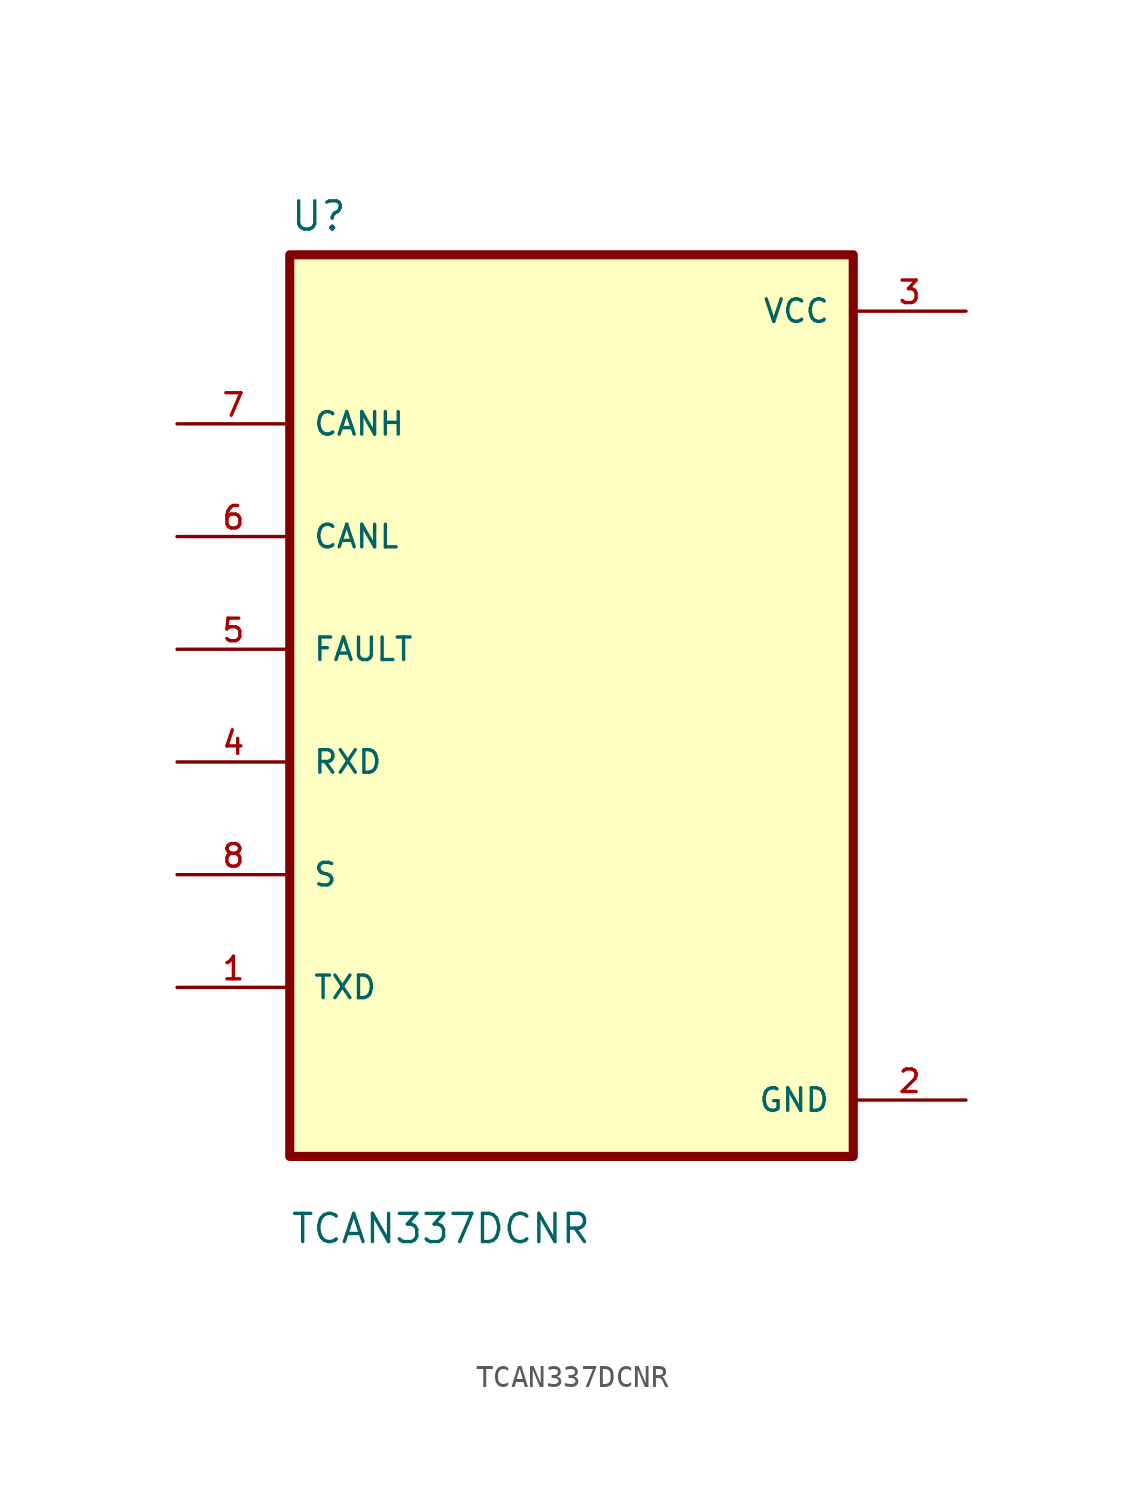
<source format=kicad_sym>
(kicad_symbol_lib
  (version 20211014)
  (generator kicad_symbol_editor)
  (symbol "TCAN337DCNR"
    (pin_names
      (offset 1.016))
    (property "Reference" "U"
      (at -12.7 21.32 0.0)
      (effects (font (size 1.27 1.27)) (justify bottom left)))
    (property "Value" "TCAN337DCNR"
      (at -12.7 -24.32 0.0)
      (effects (font (size 1.27 1.27)) (justify bottom left)))
    (symbol "TCAN337DCNR_0_0"
      (rectangle (start -12.7 -20.32) (end 12.7 20.32) (stroke (width 0.41)) (fill (type background)))
      (pin bidirectional line (at -17.78 12.7 0) (length 5.08) (name "CANH" (effects (font (size 1.016 1.016)))) (number "7" (effects (font (size 1.016 1.016)))))
      (pin bidirectional line (at -17.78 7.62 0) (length 5.08) (name "CANL" (effects (font (size 1.016 1.016)))) (number "6" (effects (font (size 1.016 1.016)))))
      (pin bidirectional line (at -17.78 2.54 0) (length 5.08) (name "FAULT" (effects (font (size 1.016 1.016)))) (number "5" (effects (font (size 1.016 1.016)))))
      (pin bidirectional line (at -17.78 -2.54 0) (length 5.08) (name "RXD" (effects (font (size 1.016 1.016)))) (number "4" (effects (font (size 1.016 1.016)))))
      (pin bidirectional line (at -17.78 -7.62 0) (length 5.08) (name "S" (effects (font (size 1.016 1.016)))) (number "8" (effects (font (size 1.016 1.016)))))
      (pin bidirectional line (at -17.78 -12.7 0) (length 5.08) (name "TXD" (effects (font (size 1.016 1.016)))) (number "1" (effects (font (size 1.016 1.016)))))
      (pin power_in line (at 17.78 17.78 180.0) (length 5.08) (name "VCC" (effects (font (size 1.016 1.016)))) (number "3" (effects (font (size 1.016 1.016)))))
      (pin power_in line (at 17.78 -17.78 180.0) (length 5.08) (name "GND" (effects (font (size 1.016 1.016)))) (number "2" (effects (font (size 1.016 1.016))))))))
</source>
